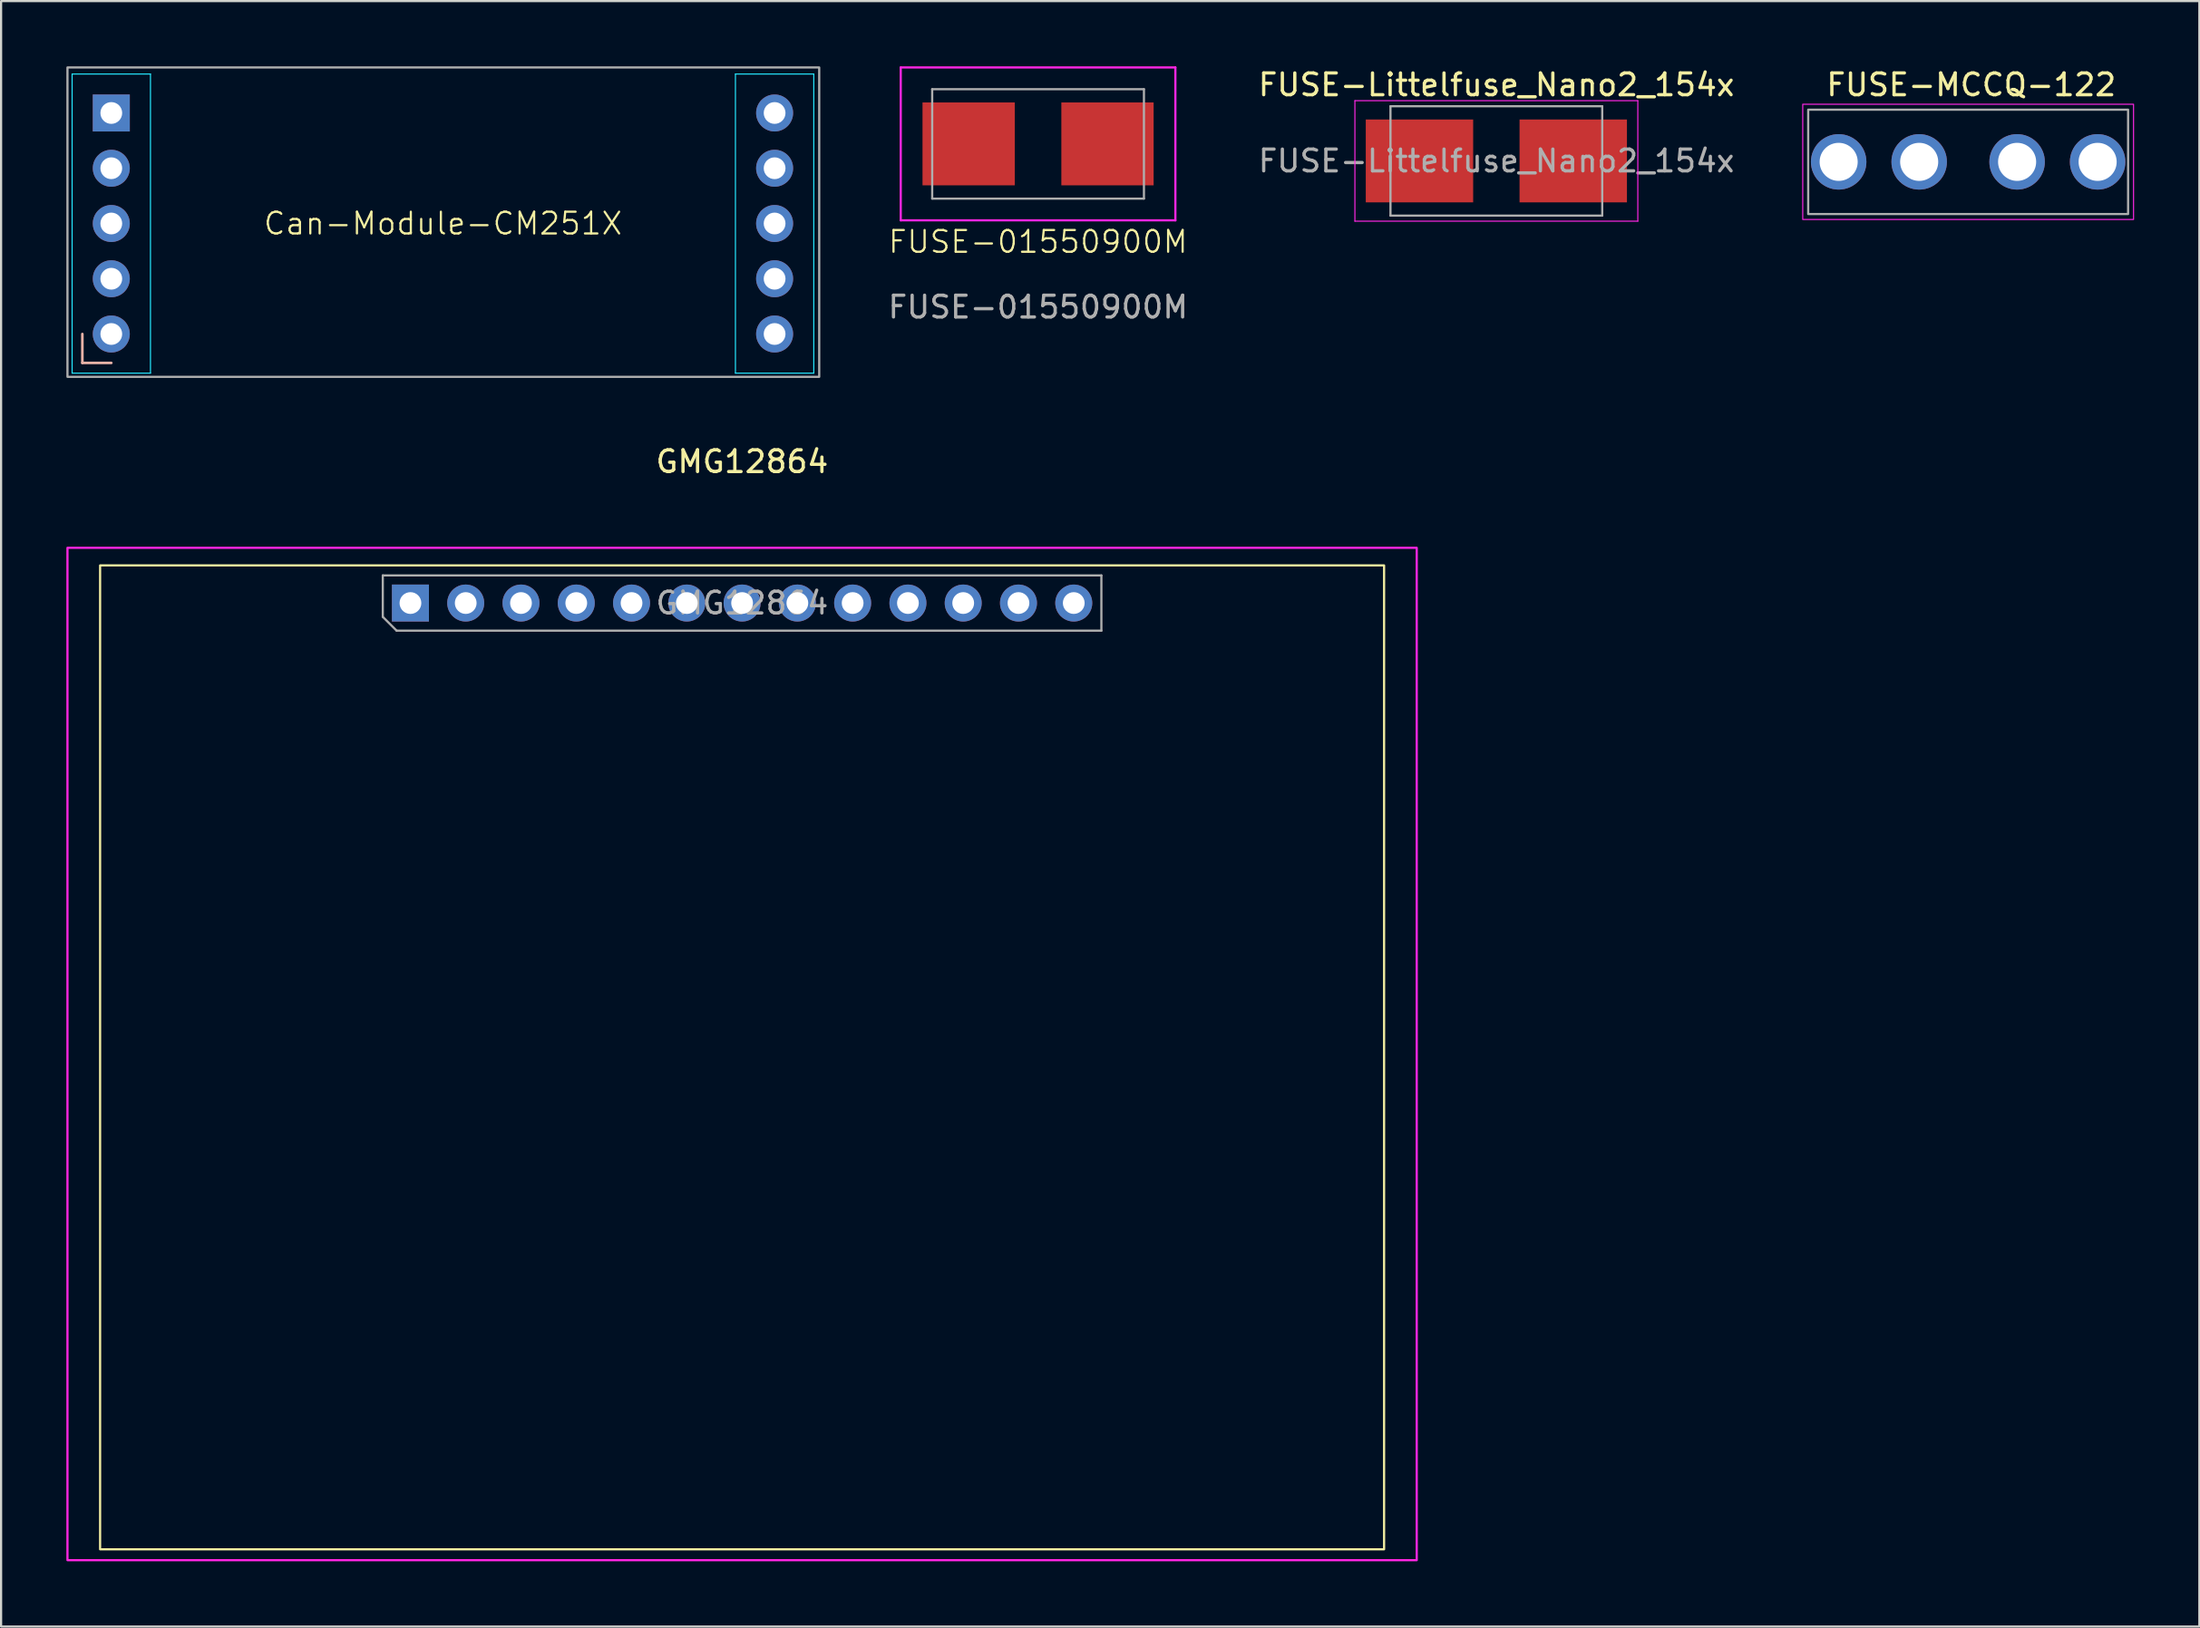
<source format=kicad_pcb>
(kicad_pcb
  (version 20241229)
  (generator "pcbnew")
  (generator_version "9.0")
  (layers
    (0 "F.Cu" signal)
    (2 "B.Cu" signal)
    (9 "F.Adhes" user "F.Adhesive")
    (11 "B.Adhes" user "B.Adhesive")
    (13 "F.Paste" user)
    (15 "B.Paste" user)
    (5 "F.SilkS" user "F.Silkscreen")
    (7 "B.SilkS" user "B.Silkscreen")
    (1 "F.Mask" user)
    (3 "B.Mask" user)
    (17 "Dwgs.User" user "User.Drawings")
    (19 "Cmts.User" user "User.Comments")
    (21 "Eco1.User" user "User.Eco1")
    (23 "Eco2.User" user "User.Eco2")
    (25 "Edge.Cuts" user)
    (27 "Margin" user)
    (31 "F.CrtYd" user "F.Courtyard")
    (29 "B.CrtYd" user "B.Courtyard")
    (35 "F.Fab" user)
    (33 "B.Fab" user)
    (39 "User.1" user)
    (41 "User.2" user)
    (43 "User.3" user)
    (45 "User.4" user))
  (footprint "FUSE-01550900M"
    (layer "F.Cu")
    (at 44.65 3.565)
    (property "Reference" "FUSE-01550900M" (at 0 4.5 0) (unlocked yes) (layer "F.SilkS") (effects (font (size 1 1) (thickness 0.1))))
    (attr smd)
    (fp_line (start -6.31 -3.515) (end 6.31 -3.515) (stroke (width 0.1) (type solid)) (layer "F.CrtYd"))
    (fp_line (start -6.31 3.515) (end -6.31 -3.515) (stroke (width 0.1) (type solid)) (layer "F.CrtYd"))
    (fp_line (start 6.31 -3.515) (end 6.31 3.515) (stroke (width 0.1) (type solid)) (layer "F.CrtYd"))
    (fp_line (start 6.31 3.515) (end -6.31 3.515) (stroke (width 0.1) (type solid)) (layer "F.CrtYd"))
    (fp_line (start -4.865 -2.515) (end 4.865 -2.515) (stroke (width 0.1) (type solid)) (layer "F.Fab"))
    (fp_line (start -4.865 2.515) (end -4.865 -2.515) (stroke (width 0.1) (type solid)) (layer "F.Fab"))
    (fp_line (start 4.865 -2.515) (end 4.865 2.515) (stroke (width 0.1) (type solid)) (layer "F.Fab"))
    (fp_line (start 4.865 2.515) (end -4.865 2.515) (stroke (width 0.1) (type solid)) (layer "F.Fab"))
    (fp_line (start -4.865 -2.515) (end 4.865 2.515) (stroke (width 0.1) (type default)) (layer "User.1"))
    (fp_line (start 4.885 -2.515) (end -4.865 2.485) (stroke (width 0.1) (type default)) (layer "User.1"))
    (fp_text user "${REFERENCE}" (at 0 7.5 0) (unlocked yes) (layer "F.Fab") (effects (font (size 1 1) (thickness 0.15))))
    (pad "1" smd rect (at -3.19 0 90) (size 3.81 4.24) (layers "F.Cu" "F.Mask" "F.Paste"))
    (pad "2" smd rect (at 3.19 0 90) (size 3.81 4.24) (layers "F.Cu" "F.Mask" "F.Paste")))
  (footprint "FUSE-Littelfuse_Nano2_154x"
    (layer "F.Cu")
    (at 65.709 4.348)
    (property "Reference" "FUSE-Littelfuse_Nano2_154x" (at 0 -3.5 0) (unlocked yes) (layer "F.SilkS") (effects (font (size 1 1) (thickness 0.15))))
    (attr smd)
    (fp_line (start -6.5 -2.77) (end -6.5 2.77) (stroke (width 0.05) (type solid)) (layer "F.CrtYd"))
    (fp_line (start -6.5 -2.77) (end 6.5 -2.77) (stroke (width 0.05) (type solid)) (layer "F.CrtYd"))
    (fp_line (start -6.5 2.77) (end 6.5 2.77) (stroke (width 0.05) (type solid)) (layer "F.CrtYd"))
    (fp_line (start 6.5 -2.77) (end 6.5 2.77) (stroke (width 0.05) (type solid)) (layer "F.CrtYd"))
    (fp_line (start -4.865 -2.515) (end -4.865 2.515) (stroke (width 0.1) (type solid)) (layer "F.Fab"))
    (fp_line (start -4.865 -2.515) (end 4.865 -2.515) (stroke (width 0.1) (type solid)) (layer "F.Fab"))
    (fp_line (start -4.865 2.515) (end 4.865 2.515) (stroke (width 0.1) (type solid)) (layer "F.Fab"))
    (fp_line (start 4.865 2.515) (end 4.865 -2.515) (stroke (width 0.1) (type solid)) (layer "F.Fab"))
    (fp_text user "${REFERENCE}" (at 0 0 0) (layer "F.Fab") (effects (font (size 1 1) (thickness 0.15))))
    (pad "1" smd rect (at -3.533 0) (size 4.935 3.81) (layers "F.Cu" "F.Mask" "F.Paste"))
    (pad "2" smd rect (at 3.533 0) (size 4.935 3.81) (layers "F.Cu" "F.Mask" "F.Paste")))
  (footprint "FUSE-MCCQ-122"
    (layer "F.Cu")
    (at 87.388 4.391)
    (property "Reference" "FUSE-MCCQ-122" (at 0.143 -3.543 0) (layer "F.SilkS") (effects (font (size 1 1) (thickness 0.15))))
    (attr through_hole)
    (fp_rect (start -7.6 -2.65) (end 7.6 2.65) (stroke (width 0.05) (type default)) (fill no) (layer "F.CrtYd"))
    (fp_rect (start -7.35 -2.4) (end 7.35 2.4) (stroke (width 0.1) (type default)) (fill no) (layer "F.Fab"))
    (fp_line (start -7.35 -2.4) (end 7.35 2.4) (stroke (width 0.1) (type default)) (layer "User.1"))
    (fp_line (start 7.35 -2.4) (end -7.35 2.4) (stroke (width 0.1) (type default)) (layer "User.1"))
    (pad "1" thru_hole oval (at -5.95 0) (size 2.55 2.55) (drill 1.75) (layers "*.Cu" "*.Mask"))
    (pad "1" thru_hole oval (at -2.25 0) (size 2.55 2.55) (drill 1.75) (layers "*.Cu" "*.Mask"))
    (pad "2" thru_hole oval (at 2.25 0) (size 2.55 2.55) (drill 1.75) (layers "*.Cu" "*.Mask"))
    (pad "2" thru_hole oval (at 5.95 0) (size 2.55 2.55) (drill 1.75) (layers "*.Cu" "*.Mask")))
  (footprint "GMG12864"
    (layer "F.Cu")
    (at 31.05 24.672)
    (property "Reference" "GMG12864" (at 0 -6.5 180) (layer "F.SilkS") (effects (font (size 1 1) (thickness 0.15))))
    (attr through_hole)
    (fp_rect (start -29.5 -1.73) (end 29.5 43.5) (stroke (width 0.1) (type default)) (fill no) (layer "F.SilkS"))
    (fp_rect (start -31 -2.54) (end 31 44) (stroke (width 0.1) (type default)) (fill no) (layer "F.CrtYd"))
    (fp_line (start -16.51 -1.27) (end 16.51 -1.27) (stroke (width 0.1) (type solid)) (layer "F.Fab"))
    (fp_line (start -16.51 0.635) (end -16.51 -1.27) (stroke (width 0.1) (type solid)) (layer "F.Fab"))
    (fp_line (start -15.875 1.27) (end -16.51 0.635) (stroke (width 0.1) (type solid)) (layer "F.Fab"))
    (fp_line (start 16.51 -1.27) (end 16.51 1.27) (stroke (width 0.1) (type solid)) (layer "F.Fab"))
    (fp_line (start 16.51 1.27) (end -15.875 1.27) (stroke (width 0.1) (type solid)) (layer "F.Fab"))
    (fp_text user "${REFERENCE}" (at 0 0 180) (layer "F.Fab") (effects (font (size 1 1) (thickness 0.15))))
    (pad "1" thru_hole rect (at -15.24 0 90) (size 1.7 1.7) (drill 1) (layers "*.Cu" "*.Mask"))
    (pad "2" thru_hole oval (at -12.7 0 90) (size 1.7 1.7) (drill 1) (layers "*.Cu" "*.Mask"))
    (pad "3" thru_hole oval (at -10.16 0 90) (size 1.7 1.7) (drill 1) (layers "*.Cu" "*.Mask"))
    (pad "4" thru_hole oval (at -7.62 0 90) (size 1.7 1.7) (drill 1) (layers "*.Cu" "*.Mask"))
    (pad "5" thru_hole oval (at -5.08 0 90) (size 1.7 1.7) (drill 1) (layers "*.Cu" "*.Mask"))
    (pad "6" thru_hole oval (at -2.54 0 90) (size 1.7 1.7) (drill 1) (layers "*.Cu" "*.Mask"))
    (pad "7" thru_hole oval (at 0 0 90) (size 1.7 1.7) (drill 1) (layers "*.Cu" "*.Mask"))
    (pad "8" thru_hole oval (at 2.54 0 90) (size 1.7 1.7) (drill 1) (layers "*.Cu" "*.Mask"))
    (pad "9" thru_hole oval (at 5.08 0 90) (size 1.7 1.7) (drill 1) (layers "*.Cu" "*.Mask"))
    (pad "10" thru_hole oval (at 7.62 0 90) (size 1.7 1.7) (drill 1) (layers "*.Cu" "*.Mask"))
    (pad "11" thru_hole oval (at 10.16 0 90) (size 1.7 1.7) (drill 1) (layers "*.Cu" "*.Mask"))
    (pad "12" thru_hole oval (at 12.7 0 90) (size 1.7 1.7) (drill 1) (layers "*.Cu" "*.Mask"))
    (pad "13" thru_hole oval (at 15.24 0 90) (size 1.7 1.7) (drill 1) (layers "*.Cu" "*.Mask")))
  (footprint "Can-Module-CM251X"
    (layer "F.Cu")
    (at 17.304 7.224)
    (property "Reference" "Can-Module-CM251X" (at 0 0 0) (unlocked yes) (layer "F.SilkS") (effects (font (size 1 1) (thickness 0.1))))
    (attr through_hole)
    (fp_line (start -16.57 5.08) (end -16.57 6.41) (stroke (width 0.12) (type solid)) (layer "B.SilkS"))
    (fp_line (start -16.57 6.41) (end -15.24 6.41) (stroke (width 0.12) (type solid)) (layer "B.SilkS"))
    (fp_line (start -17.04 -6.87) (end -13.44 -6.87) (stroke (width 0.05) (type solid)) (layer "B.CrtYd"))
    (fp_line (start -17.04 6.88) (end -17.04 -6.87) (stroke (width 0.05) (type solid)) (layer "B.CrtYd"))
    (fp_line (start -13.44 -6.87) (end -13.44 6.88) (stroke (width 0.05) (type solid)) (layer "B.CrtYd"))
    (fp_line (start -13.44 6.88) (end -17.04 6.88) (stroke (width 0.05) (type solid)) (layer "B.CrtYd"))
    (fp_line (start 13.44 -6.87) (end 17.04 -6.87) (stroke (width 0.05) (type solid)) (layer "B.CrtYd"))
    (fp_line (start 13.44 6.88) (end 13.44 -6.87) (stroke (width 0.05) (type solid)) (layer "B.CrtYd"))
    (fp_line (start 17.04 -6.87) (end 17.04 6.88) (stroke (width 0.05) (type solid)) (layer "B.CrtYd"))
    (fp_line (start 17.04 6.88) (end 13.44 6.88) (stroke (width 0.05) (type solid)) (layer "B.CrtYd"))
    (fp_rect (start -17.254 -7.174) (end 17.29 7.05) (stroke (width 0.1) (type default)) (fill no) (layer "F.Fab"))
    (fp_line (start -15.24 -5.08) (end 15.24 5.08) (stroke (width 0.1) (type default)) (layer "User.1"))
    (fp_line (start 15.24 -5.08) (end -15.24 5.08) (stroke (width 0.1) (type default)) (layer "User.1"))
    (pad "1" thru_hole rect (at -15.24 -5.08 180) (size 1.7 1.7) (drill 1) (layers "*.Cu" "*.Mask"))
    (pad "2" thru_hole oval (at -15.24 -2.54) (size 1.7 1.7) (drill 1) (layers "*.Cu" "*.Mask"))
    (pad "3" thru_hole oval (at -15.24 0) (size 1.7 1.7) (drill 1) (layers "*.Cu" "*.Mask"))
    (pad "4" thru_hole oval (at -15.24 2.54) (size 1.7 1.7) (drill 1) (layers "*.Cu" "*.Mask"))
    (pad "5" thru_hole oval (at -15.24 5.08 180) (size 1.7 1.7) (drill 1) (layers "*.Cu" "*.Mask"))
    (pad "6" thru_hole oval (at 15.24 -5.08) (size 1.7 1.7) (drill 1) (layers "*.Cu" "*.Mask"))
    (pad "7" thru_hole oval (at 15.24 -2.54) (size 1.7 1.7) (drill 1) (layers "*.Cu" "*.Mask"))
    (pad "8" thru_hole oval (at 15.24 0) (size 1.7 1.7) (drill 1) (layers "*.Cu" "*.Mask"))
    (pad "9" thru_hole oval (at 15.24 2.54) (size 1.7 1.7) (drill 1) (layers "*.Cu" "*.Mask"))
    (pad "10" thru_hole circle (at 15.24 5.08) (size 1.7 1.7) (drill 1) (layers "*.Cu" "*.Mask")))
  (gr_rect
    (start -3 -3)
    (end 98.013 71.722)
    (stroke (width 0.1) (type default))
    (fill no)
    (layer "Edge.Cuts")))
</source>
